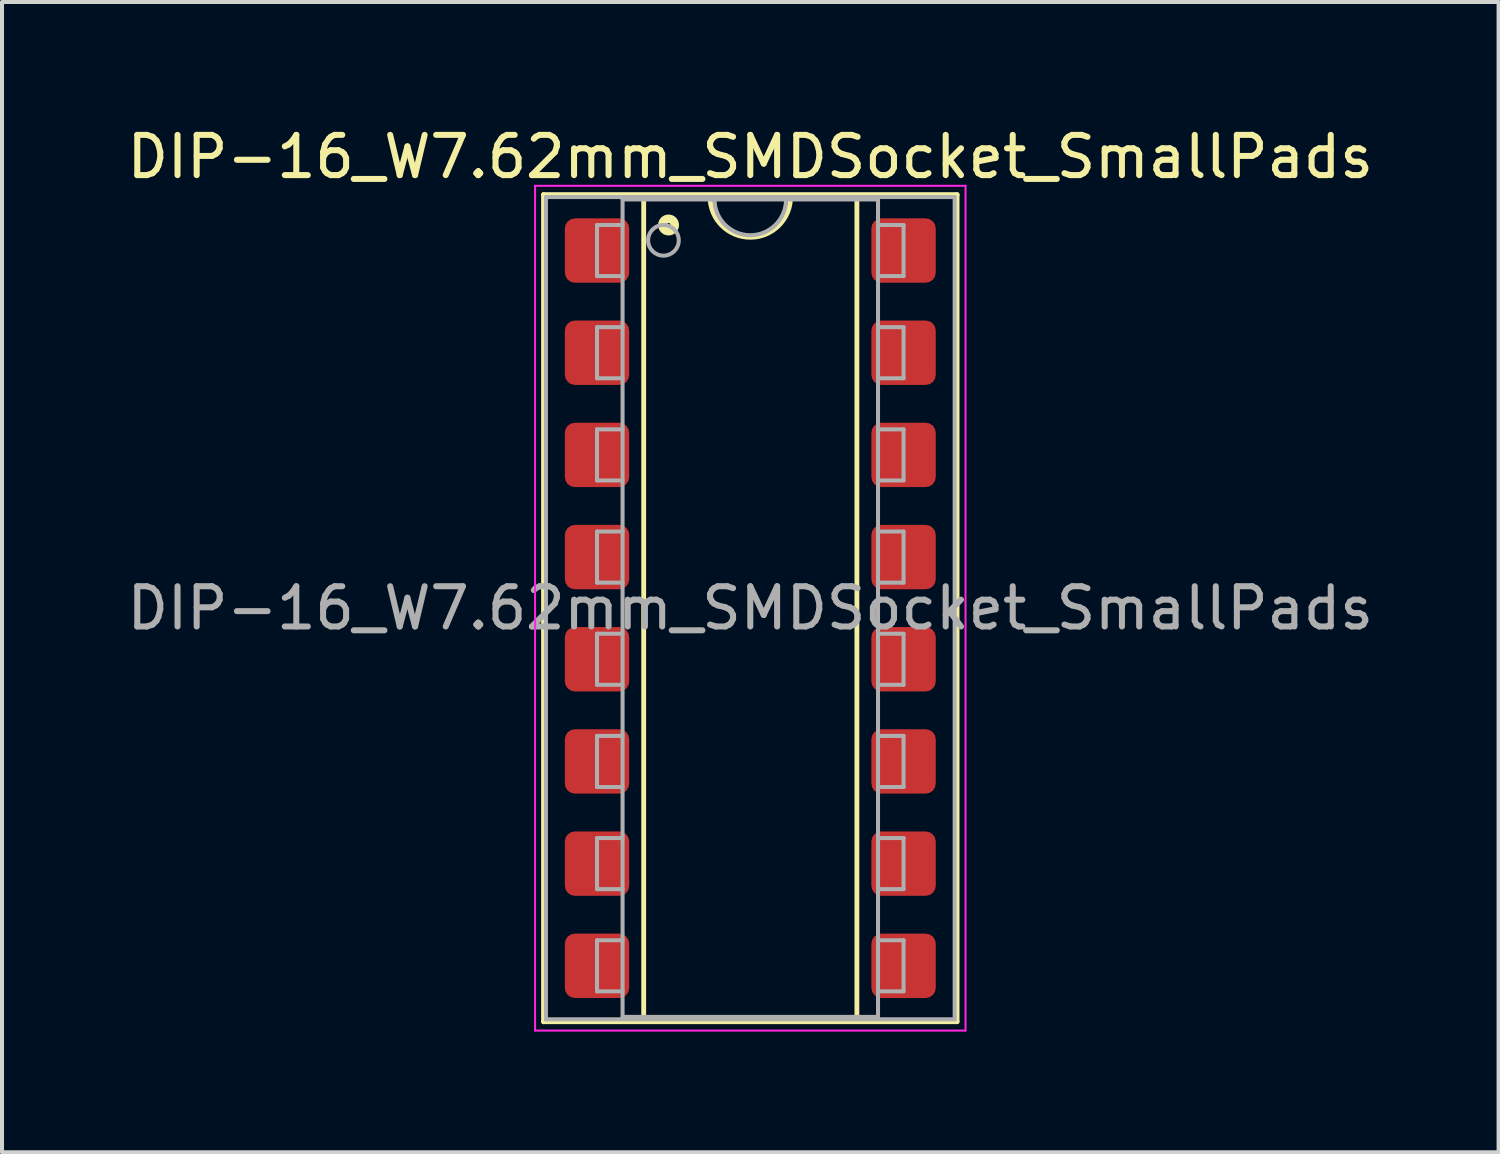
<source format=kicad_pcb>
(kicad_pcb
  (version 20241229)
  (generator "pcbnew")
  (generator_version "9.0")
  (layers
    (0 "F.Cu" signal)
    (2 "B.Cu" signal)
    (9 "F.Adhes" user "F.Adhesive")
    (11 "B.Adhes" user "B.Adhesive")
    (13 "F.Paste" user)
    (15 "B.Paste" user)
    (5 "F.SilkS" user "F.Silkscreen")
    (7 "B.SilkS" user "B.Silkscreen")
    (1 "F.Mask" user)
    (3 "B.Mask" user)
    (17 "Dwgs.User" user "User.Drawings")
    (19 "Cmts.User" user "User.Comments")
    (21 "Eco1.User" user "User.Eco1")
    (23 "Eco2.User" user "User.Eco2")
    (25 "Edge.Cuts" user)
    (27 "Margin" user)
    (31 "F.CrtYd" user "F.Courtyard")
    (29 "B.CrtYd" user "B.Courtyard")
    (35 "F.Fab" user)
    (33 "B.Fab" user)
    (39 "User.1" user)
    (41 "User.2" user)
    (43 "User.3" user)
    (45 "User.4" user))
  (footprint "DIP-16_W7.62mm_SMDSocket_SmallPads"
    (layer "F.Cu")
    (at 15.601 12.068)
    (property "Reference" "DIP-16_W7.62mm_SMDSocket_SmallPads" (at 0 -11.22 0) (layer "F.SilkS") (effects (font (size 1 1) (thickness 0.15))))
    (attr smd)
    (fp_line (start -5.14 -10.28) (end -5.14 10.28) (stroke (width 0.12) (type solid)) (layer "F.SilkS"))
    (fp_line (start -5.14 10.28) (end 5.14 10.28) (stroke (width 0.12) (type solid)) (layer "F.SilkS"))
    (fp_line (start -2.65 -10.22) (end -2.65 10.22) (stroke (width 0.12) (type solid)) (layer "F.SilkS"))
    (fp_line (start -2.65 10.22) (end 2.65 10.22) (stroke (width 0.12) (type solid)) (layer "F.SilkS"))
    (fp_line (start -1 -10.22) (end -2.65 -10.22) (stroke (width 0.12) (type solid)) (layer "F.SilkS"))
    (fp_line (start 2.65 -10.22) (end 1 -10.22) (stroke (width 0.12) (type solid)) (layer "F.SilkS"))
    (fp_line (start 2.65 10.22) (end 2.65 -10.22) (stroke (width 0.12) (type solid)) (layer "F.SilkS"))
    (fp_line (start 5.14 -10.28) (end -5.14 -10.28) (stroke (width 0.12) (type solid)) (layer "F.SilkS"))
    (fp_line (start 5.14 10.28) (end 5.14 -10.28) (stroke (width 0.12) (type solid)) (layer "F.SilkS"))
    (fp_arc (start 1 -10.22) (mid 0 -9.22) (end -1 -10.22) (stroke (width 0.12) (type solid)) (layer "F.SilkS"))
    (fp_circle (center -2.032 -9.525) (end -1.982 -9.525) (stroke (width 0.12) (type solid)) (fill no) (layer "F.SilkS"))
    (fp_circle (center -2.032 -9.525) (end -1.907 -9.525) (stroke (width 0.12) (type solid)) (fill no) (layer "F.SilkS"))
    (fp_circle (center -2.032 -9.525) (end -1.832 -9.525) (stroke (width 0.12) (type solid)) (fill no) (layer "F.SilkS"))
    (fp_line (start -5.35 -10.5) (end -5.35 10.5) (stroke (width 0.05) (type solid)) (layer "F.CrtYd"))
    (fp_line (start -5.35 10.5) (end 5.35 10.5) (stroke (width 0.05) (type solid)) (layer "F.CrtYd"))
    (fp_line (start 5.35 -10.5) (end -5.35 -10.5) (stroke (width 0.05) (type solid)) (layer "F.CrtYd"))
    (fp_line (start 5.35 10.5) (end 5.35 -10.5) (stroke (width 0.05) (type solid)) (layer "F.CrtYd"))
    (fp_line (start -5.08 -10.22) (end -5.08 10.22) (stroke (width 0.1) (type solid)) (layer "F.Fab"))
    (fp_line (start -5.08 10.22) (end 5.08 10.22) (stroke (width 0.1) (type solid)) (layer "F.Fab"))
    (fp_line (start -3.81 -9.525) (end -3.81 -8.255) (stroke (width 0.1) (type solid)) (layer "F.Fab"))
    (fp_line (start -3.81 -9.525) (end -3.175 -9.525) (stroke (width 0.1) (type solid)) (layer "F.Fab"))
    (fp_line (start -3.81 -8.255) (end -3.175 -8.255) (stroke (width 0.1) (type solid)) (layer "F.Fab"))
    (fp_line (start -3.81 -6.985) (end -3.81 -5.715) (stroke (width 0.1) (type solid)) (layer "F.Fab"))
    (fp_line (start -3.81 -6.985) (end -3.175 -6.985) (stroke (width 0.1) (type solid)) (layer "F.Fab"))
    (fp_line (start -3.81 -5.715) (end -3.175 -5.715) (stroke (width 0.1) (type solid)) (layer "F.Fab"))
    (fp_line (start -3.81 -4.445) (end -3.81 -3.175) (stroke (width 0.1) (type solid)) (layer "F.Fab"))
    (fp_line (start -3.81 -4.445) (end -3.175 -4.445) (stroke (width 0.1) (type solid)) (layer "F.Fab"))
    (fp_line (start -3.81 -3.175) (end -3.175 -3.175) (stroke (width 0.1) (type solid)) (layer "F.Fab"))
    (fp_line (start -3.81 -1.905) (end -3.81 -0.635) (stroke (width 0.1) (type solid)) (layer "F.Fab"))
    (fp_line (start -3.81 -1.905) (end -3.175 -1.905) (stroke (width 0.1) (type solid)) (layer "F.Fab"))
    (fp_line (start -3.81 -0.635) (end -3.175 -0.635) (stroke (width 0.1) (type solid)) (layer "F.Fab"))
    (fp_line (start -3.81 0.635) (end -3.81 1.905) (stroke (width 0.1) (type solid)) (layer "F.Fab"))
    (fp_line (start -3.81 0.635) (end -3.175 0.635) (stroke (width 0.1) (type solid)) (layer "F.Fab"))
    (fp_line (start -3.81 1.905) (end -3.175 1.905) (stroke (width 0.1) (type solid)) (layer "F.Fab"))
    (fp_line (start -3.81 3.175) (end -3.81 4.445) (stroke (width 0.1) (type solid)) (layer "F.Fab"))
    (fp_line (start -3.81 3.175) (end -3.175 3.175) (stroke (width 0.1) (type solid)) (layer "F.Fab"))
    (fp_line (start -3.81 4.445) (end -3.175 4.445) (stroke (width 0.1) (type solid)) (layer "F.Fab"))
    (fp_line (start -3.81 5.715) (end -3.81 6.985) (stroke (width 0.1) (type solid)) (layer "F.Fab"))
    (fp_line (start -3.81 5.715) (end -3.175 5.715) (stroke (width 0.1) (type solid)) (layer "F.Fab"))
    (fp_line (start -3.81 6.985) (end -3.175 6.985) (stroke (width 0.1) (type solid)) (layer "F.Fab"))
    (fp_line (start -3.81 8.255) (end -3.81 9.525) (stroke (width 0.1) (type solid)) (layer "F.Fab"))
    (fp_line (start -3.81 8.255) (end -3.175 8.255) (stroke (width 0.1) (type solid)) (layer "F.Fab"))
    (fp_line (start -3.81 9.525) (end -3.175 9.525) (stroke (width 0.1) (type solid)) (layer "F.Fab"))
    (fp_line (start -3.175 -10.16) (end 3.175 -10.16) (stroke (width 0.1) (type solid)) (layer "F.Fab"))
    (fp_line (start -3.175 10.16) (end -3.175 -10.16) (stroke (width 0.1) (type solid)) (layer "F.Fab"))
    (fp_line (start 3.175 -10.16) (end 3.175 10.16) (stroke (width 0.1) (type solid)) (layer "F.Fab"))
    (fp_line (start 3.175 10.16) (end -3.175 10.16) (stroke (width 0.1) (type solid)) (layer "F.Fab"))
    (fp_line (start 3.81 -9.525) (end 3.175 -9.525) (stroke (width 0.1) (type solid)) (layer "F.Fab"))
    (fp_line (start 3.81 -8.255) (end 3.175 -8.255) (stroke (width 0.1) (type solid)) (layer "F.Fab"))
    (fp_line (start 3.81 -8.255) (end 3.81 -9.525) (stroke (width 0.1) (type solid)) (layer "F.Fab"))
    (fp_line (start 3.81 -6.985) (end 3.175 -6.985) (stroke (width 0.1) (type solid)) (layer "F.Fab"))
    (fp_line (start 3.81 -5.715) (end 3.175 -5.715) (stroke (width 0.1) (type solid)) (layer "F.Fab"))
    (fp_line (start 3.81 -5.715) (end 3.81 -6.985) (stroke (width 0.1) (type solid)) (layer "F.Fab"))
    (fp_line (start 3.81 -4.445) (end 3.175 -4.445) (stroke (width 0.1) (type solid)) (layer "F.Fab"))
    (fp_line (start 3.81 -3.175) (end 3.175 -3.175) (stroke (width 0.1) (type solid)) (layer "F.Fab"))
    (fp_line (start 3.81 -3.175) (end 3.81 -4.445) (stroke (width 0.1) (type solid)) (layer "F.Fab"))
    (fp_line (start 3.81 -1.905) (end 3.175 -1.905) (stroke (width 0.1) (type solid)) (layer "F.Fab"))
    (fp_line (start 3.81 -0.635) (end 3.175 -0.635) (stroke (width 0.1) (type solid)) (layer "F.Fab"))
    (fp_line (start 3.81 -0.635) (end 3.81 -1.905) (stroke (width 0.1) (type solid)) (layer "F.Fab"))
    (fp_line (start 3.81 0.635) (end 3.175 0.635) (stroke (width 0.1) (type solid)) (layer "F.Fab"))
    (fp_line (start 3.81 1.905) (end 3.175 1.905) (stroke (width 0.1) (type solid)) (layer "F.Fab"))
    (fp_line (start 3.81 1.905) (end 3.81 0.635) (stroke (width 0.1) (type solid)) (layer "F.Fab"))
    (fp_line (start 3.81 3.175) (end 3.175 3.175) (stroke (width 0.1) (type solid)) (layer "F.Fab"))
    (fp_line (start 3.81 4.445) (end 3.175 4.445) (stroke (width 0.1) (type solid)) (layer "F.Fab"))
    (fp_line (start 3.81 4.445) (end 3.81 3.175) (stroke (width 0.1) (type solid)) (layer "F.Fab"))
    (fp_line (start 3.81 5.715) (end 3.175 5.715) (stroke (width 0.1) (type solid)) (layer "F.Fab"))
    (fp_line (start 3.81 6.985) (end 3.175 6.985) (stroke (width 0.1) (type solid)) (layer "F.Fab"))
    (fp_line (start 3.81 6.985) (end 3.81 5.715) (stroke (width 0.1) (type solid)) (layer "F.Fab"))
    (fp_line (start 3.81 8.255) (end 3.175 8.255) (stroke (width 0.1) (type solid)) (layer "F.Fab"))
    (fp_line (start 3.81 9.525) (end 3.175 9.525) (stroke (width 0.1) (type solid)) (layer "F.Fab"))
    (fp_line (start 3.81 9.525) (end 3.81 8.255) (stroke (width 0.1) (type solid)) (layer "F.Fab"))
    (fp_line (start 5.08 -10.22) (end -5.08 -10.22) (stroke (width 0.1) (type solid)) (layer "F.Fab"))
    (fp_line (start 5.08 10.22) (end 5.08 -10.22) (stroke (width 0.1) (type solid)) (layer "F.Fab"))
    (fp_arc (start 0.889 -10.16) (mid 0 -9.271) (end -0.889 -10.16) (stroke (width 0.1) (type solid)) (layer "F.Fab"))
    (fp_circle (center -2.159 -9.144) (end -1.778 -9.144) (stroke (width 0.1) (type solid)) (fill no) (layer "F.Fab"))
    (fp_text user "${REFERENCE}" (at 0 0 0) (layer "F.Fab") (effects (font (size 1 1) (thickness 0.15))))
    (pad "1" smd roundrect (at -3.81 -8.89) (size 1.6 1.6) (layers "F.Cu" "F.Mask" "F.Paste") (roundrect_rratio 0.156))
    (pad "2" smd roundrect (at -3.81 -6.35) (size 1.6 1.6) (layers "F.Cu" "F.Mask" "F.Paste") (roundrect_rratio 0.156))
    (pad "3" smd roundrect (at -3.81 -3.81) (size 1.6 1.6) (layers "F.Cu" "F.Mask" "F.Paste") (roundrect_rratio 0.156))
    (pad "4" smd roundrect (at -3.81 -1.27) (size 1.6 1.6) (layers "F.Cu" "F.Mask" "F.Paste") (roundrect_rratio 0.156))
    (pad "5" smd roundrect (at -3.81 1.27) (size 1.6 1.6) (layers "F.Cu" "F.Mask" "F.Paste") (roundrect_rratio 0.156))
    (pad "6" smd roundrect (at -3.81 3.81) (size 1.6 1.6) (layers "F.Cu" "F.Mask" "F.Paste") (roundrect_rratio 0.156))
    (pad "7" smd roundrect (at -3.81 6.35) (size 1.6 1.6) (layers "F.Cu" "F.Mask" "F.Paste") (roundrect_rratio 0.156))
    (pad "8" smd roundrect (at -3.81 8.89) (size 1.6 1.6) (layers "F.Cu" "F.Mask" "F.Paste") (roundrect_rratio 0.156))
    (pad "9" smd roundrect (at 3.81 8.89) (size 1.6 1.6) (layers "F.Cu" "F.Mask" "F.Paste") (roundrect_rratio 0.156))
    (pad "10" smd roundrect (at 3.81 6.35) (size 1.6 1.6) (layers "F.Cu" "F.Mask" "F.Paste") (roundrect_rratio 0.156))
    (pad "11" smd roundrect (at 3.81 3.81) (size 1.6 1.6) (layers "F.Cu" "F.Mask" "F.Paste") (roundrect_rratio 0.156))
    (pad "12" smd roundrect (at 3.81 1.27) (size 1.6 1.6) (layers "F.Cu" "F.Mask" "F.Paste") (roundrect_rratio 0.156))
    (pad "13" smd roundrect (at 3.81 -1.27) (size 1.6 1.6) (layers "F.Cu" "F.Mask" "F.Paste") (roundrect_rratio 0.156))
    (pad "14" smd roundrect (at 3.81 -3.81) (size 1.6 1.6) (layers "F.Cu" "F.Mask" "F.Paste") (roundrect_rratio 0.156))
    (pad "15" smd roundrect (at 3.81 -6.35) (size 1.6 1.6) (layers "F.Cu" "F.Mask" "F.Paste") (roundrect_rratio 0.156))
    (pad "16" smd roundrect (at 3.81 -8.89) (size 1.6 1.6) (layers "F.Cu" "F.Mask" "F.Paste") (roundrect_rratio 0.156)))
  (gr_rect
    (start -3 -3)
    (end 34.202 25.593)
    (stroke (width 0.1) (type default))
    (fill no)
    (layer "Edge.Cuts")))
</source>
